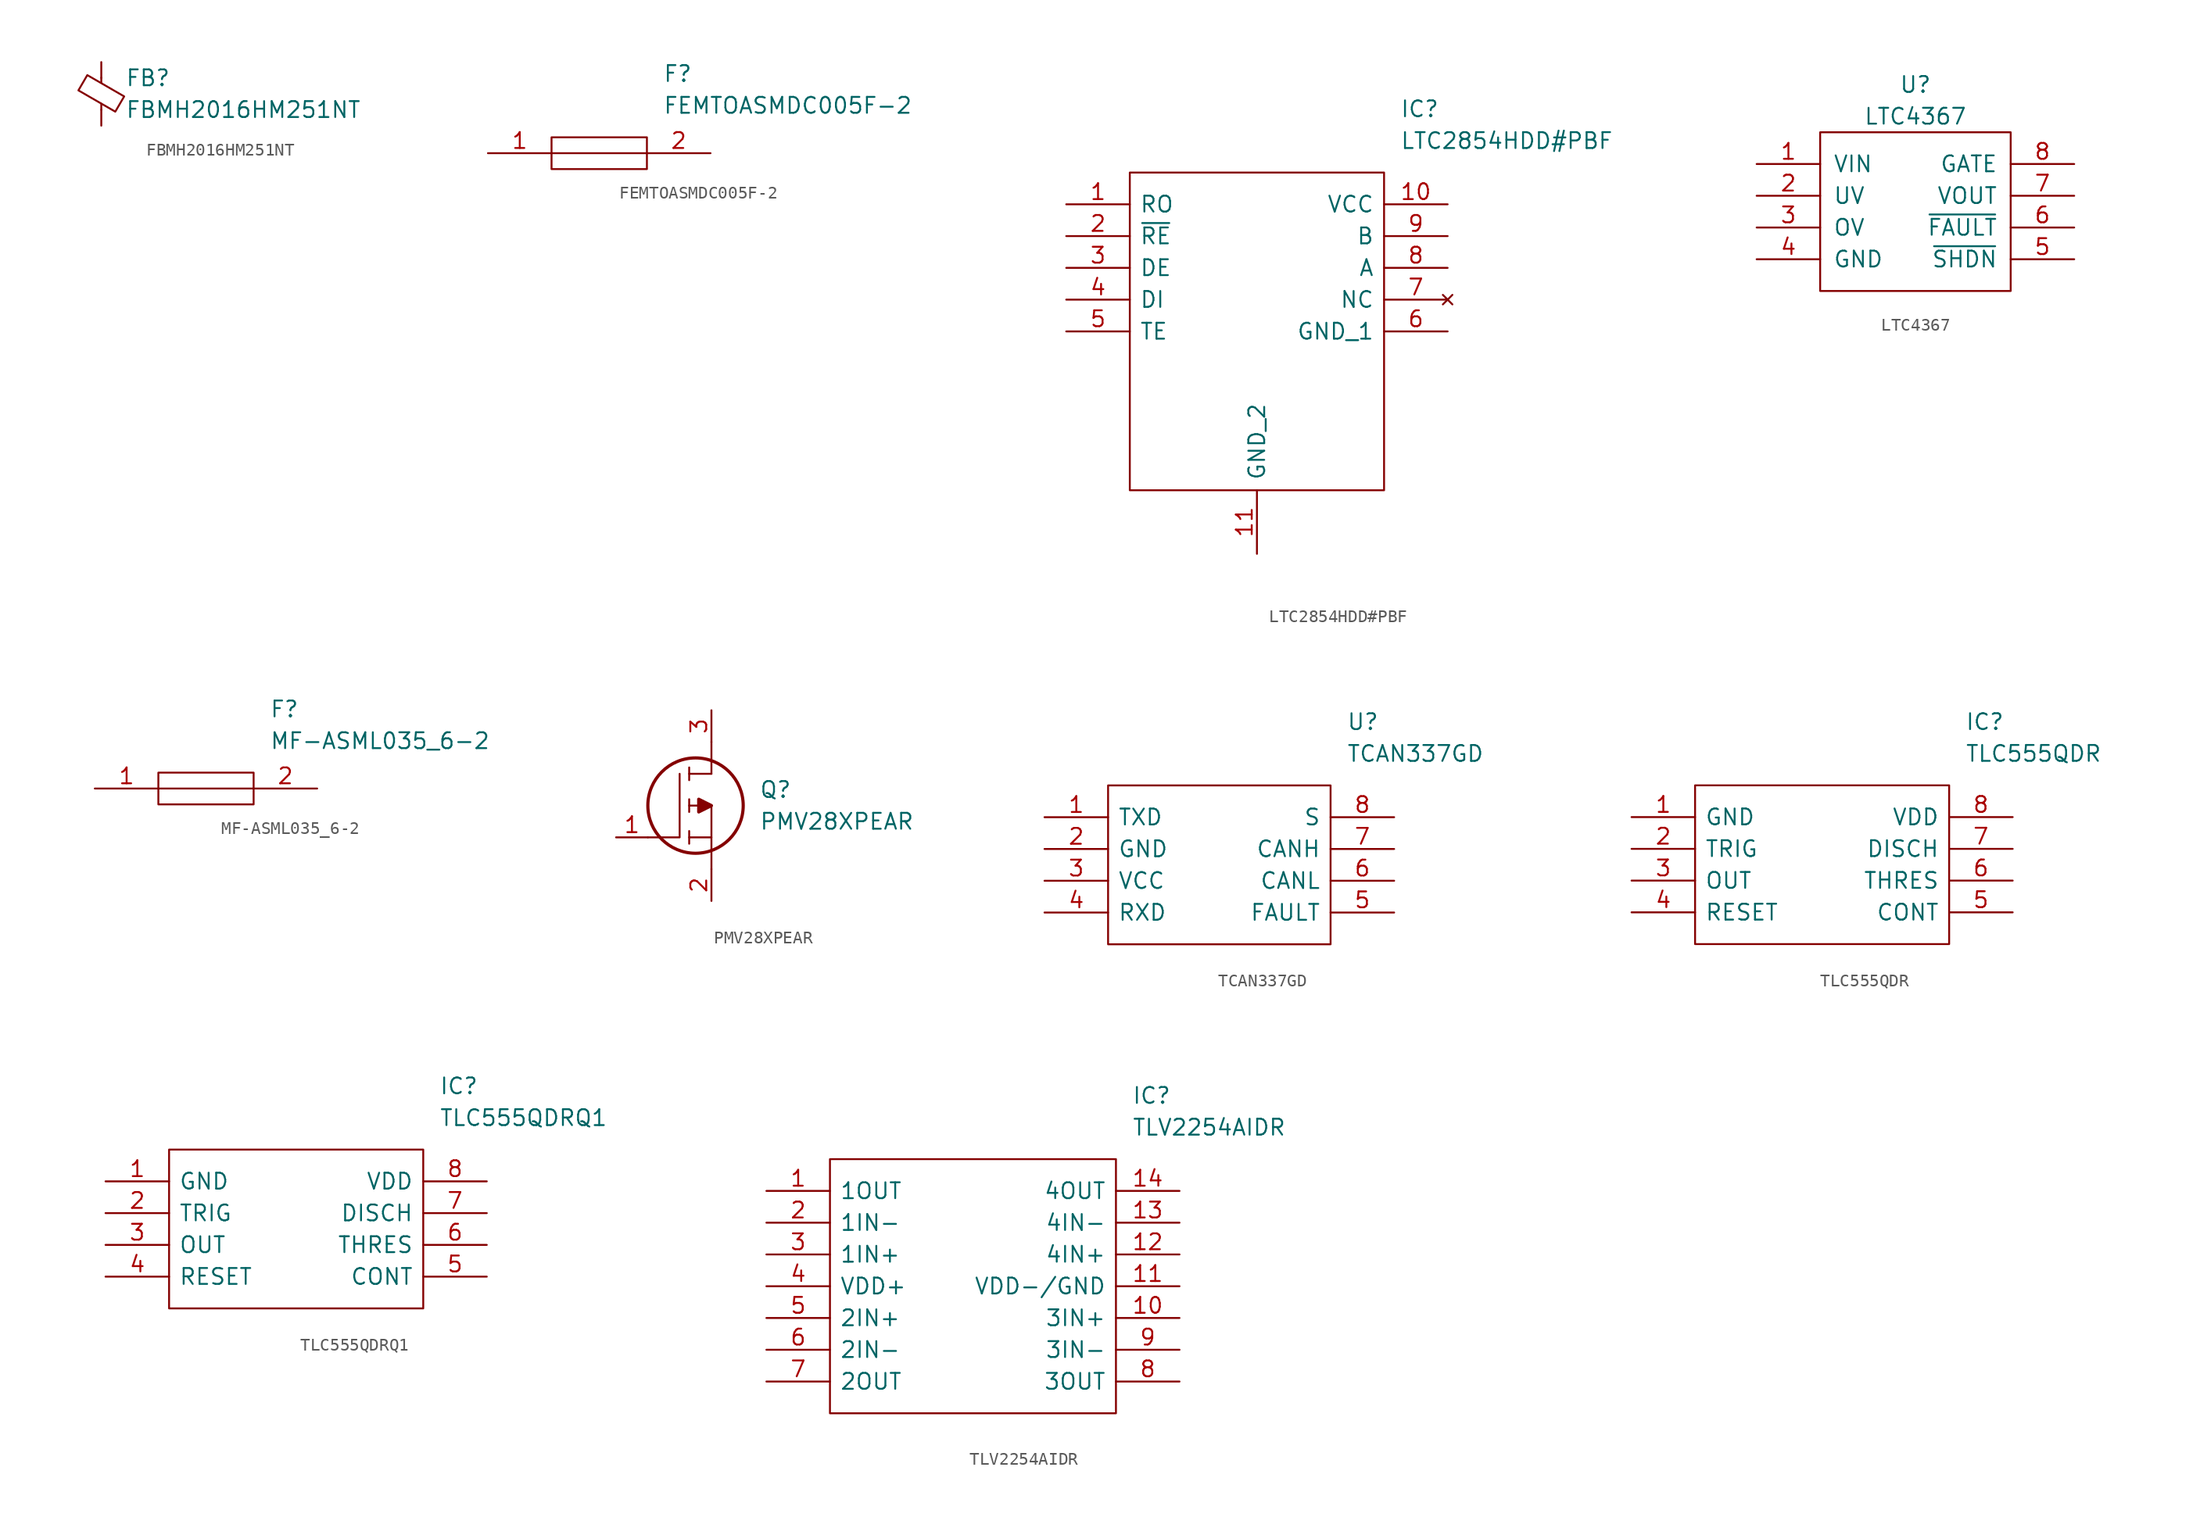
<source format=kicad_sym>
(kicad_symbol_lib
  (version 20211014)
  (generator kicad_symbol_editor)
  (symbol "FBMH2016HM251NT"
    (pin_numbers hide)
    (pin_names
      (offset 0))
    (property "Reference" "FB"
      (at 1.905 1.27 0)
      (effects (font (size 1.27 1.27)) (justify left)))
    (property "Value" "FBMH2016HM251NT"
      (at 1.905 -1.27 0)
      (effects (font (size 1.27 1.27)) (justify left)))
    (symbol "FBMH2016HM251NT_0_1"
      (polyline (pts (xy 0 -1.27) (xy 0 -0.787)) (stroke (width 0) (type default) (color 0 0 0 0)) (fill (type none)))
      (polyline (pts (xy 0 0.889) (xy 0 1.295)) (stroke (width 0) (type default) (color 0 0 0 0)) (fill (type none)))
      (polyline (pts (xy -1.829 0.279) (xy -1.118 1.499) (xy 1.829 -0.203) (xy 1.118 -1.422) (xy -1.829 0.279)) (stroke (width 0) (type default) (color 0 0 0 0)) (fill (type none))))
    (symbol "FBMH2016HM251NT_1_1"
      (pin passive line (at 0 2.54 270) (length 1.27) (name "~" (effects (font (size 1.27 1.27)))) (number "1" (effects (font (size 1.27 1.27)))))
      (pin passive line (at 0 -2.54 90) (length 1.27) (name "~" (effects (font (size 1.27 1.27)))) (number "2" (effects (font (size 1.27 1.27)))))))
  (symbol "FEMTOASMDC005F-2"
    (pin_names
      (offset 0.762))
    (property "Reference" "F"
      (at 13.97 6.35 0)
      (effects (font (size 1.27 1.27)) (justify left)))
    (property "Value" "FEMTOASMDC005F-2"
      (at 13.97 3.81 0)
      (effects (font (size 1.27 1.27)) (justify left)))
    (symbol "FEMTOASMDC005F-2_0_0"
      (pin passive line (at 0 0 0) (length 5.08) (name "~" (effects (font (size 1.27 1.27)))) (number "1" (effects (font (size 1.27 1.27)))))
      (pin passive line (at 17.78 0 180) (length 5.08) (name "~" (effects (font (size 1.27 1.27)))) (number "2" (effects (font (size 1.27 1.27))))))
    (symbol "FEMTOASMDC005F-2_0_1"
      (polyline (pts (xy 5.08 0) (xy 12.7 0)) (stroke (width 0.152) (type default) (color 0 0 0 0)) (fill (type none)))
      (polyline (pts (xy 5.08 1.27) (xy 12.7 1.27) (xy 12.7 -1.27) (xy 5.08 -1.27) (xy 5.08 1.27)) (stroke (width 0.152) (type default) (color 0 0 0 0)) (fill (type none)))))
  (symbol "LTC2854HDD#PBF"
    (pin_names
      (offset 0.762))
    (property "Reference" "IC"
      (at 26.67 7.62 0)
      (effects (font (size 1.27 1.27)) (justify left)))
    (property "Value" "LTC2854HDD#PBF"
      (at 26.67 5.08 0)
      (effects (font (size 1.27 1.27)) (justify left)))
    (symbol "LTC2854HDD#PBF_0_0"
      (pin passive line (at 0 0 0) (length 5.08) (name "RO" (effects (font (size 1.27 1.27)))) (number "1" (effects (font (size 1.27 1.27)))))
      (pin passive line (at 30.48 0 180) (length 5.08) (name "VCC" (effects (font (size 1.27 1.27)))) (number "10" (effects (font (size 1.27 1.27)))))
      (pin passive line (at 15.24 -27.94 90) (length 5.08) (name "GND_2" (effects (font (size 1.27 1.27)))) (number "11" (effects (font (size 1.27 1.27)))))
      (pin passive line (at 0 -2.54 0) (length 5.08) (name "~{RE}" (effects (font (size 1.27 1.27)))) (number "2" (effects (font (size 1.27 1.27)))))
      (pin passive line (at 0 -5.08 0) (length 5.08) (name "DE" (effects (font (size 1.27 1.27)))) (number "3" (effects (font (size 1.27 1.27)))))
      (pin passive line (at 0 -7.62 0) (length 5.08) (name "DI" (effects (font (size 1.27 1.27)))) (number "4" (effects (font (size 1.27 1.27)))))
      (pin passive line (at 0 -10.16 0) (length 5.08) (name "TE" (effects (font (size 1.27 1.27)))) (number "5" (effects (font (size 1.27 1.27)))))
      (pin passive line (at 30.48 -10.16 180) (length 5.08) (name "GND_1" (effects (font (size 1.27 1.27)))) (number "6" (effects (font (size 1.27 1.27)))))
      (pin no_connect line (at 30.48 -7.62 180) (length 5.08) (name "NC" (effects (font (size 1.27 1.27)))) (number "7" (effects (font (size 1.27 1.27)))))
      (pin passive line (at 30.48 -5.08 180) (length 5.08) (name "A" (effects (font (size 1.27 1.27)))) (number "8" (effects (font (size 1.27 1.27)))))
      (pin passive line (at 30.48 -2.54 180) (length 5.08) (name "B" (effects (font (size 1.27 1.27)))) (number "9" (effects (font (size 1.27 1.27))))))
    (symbol "LTC2854HDD#PBF_0_1"
      (polyline (pts (xy 5.08 2.54) (xy 25.4 2.54) (xy 25.4 -22.86) (xy 5.08 -22.86) (xy 5.08 2.54)) (stroke (width 0.152) (type default) (color 0 0 0 0)) (fill (type none)))))
  (symbol "LTC4367"
    (pin_names
      (offset 1.016))
    (property "Reference" "U"
      (at 12.7 6.35 0)
      (effects (font (size 1.27 1.27))))
    (property "Value" "LTC4367"
      (at 12.7 3.81 0)
      (effects (font (size 1.27 1.27))))
    (symbol "LTC4367_0_1"
      (rectangle (start 5.08 2.54) (end 20.32 -10.16) (stroke (width 0) (type default) (color 0 0 0 0)) (fill (type none))))
    (symbol "LTC4367_1_1"
      (pin power_in line (at 0 0 0) (length 5.08) (name "VIN" (effects (font (size 1.27 1.27)))) (number "1" (effects (font (size 1.27 1.27)))))
      (pin input line (at 0 -2.54 0) (length 5.08) (name "UV" (effects (font (size 1.27 1.27)))) (number "2" (effects (font (size 1.27 1.27)))))
      (pin input line (at 0 -5.08 0) (length 5.08) (name "OV" (effects (font (size 1.27 1.27)))) (number "3" (effects (font (size 1.27 1.27)))))
      (pin power_in line (at 0 -7.62 0) (length 5.08) (name "GND" (effects (font (size 1.27 1.27)))) (number "4" (effects (font (size 1.27 1.27)))))
      (pin input line (at 25.4 -7.62 180) (length 5.08) (name "~{SHDN}" (effects (font (size 1.27 1.27)))) (number "5" (effects (font (size 1.27 1.27)))))
      (pin output line (at 25.4 -5.08 180) (length 5.08) (name "~{FAULT}" (effects (font (size 1.27 1.27)))) (number "6" (effects (font (size 1.27 1.27)))))
      (pin input line (at 25.4 -2.54 180) (length 5.08) (name "VOUT" (effects (font (size 1.27 1.27)))) (number "7" (effects (font (size 1.27 1.27)))))
      (pin power_out line (at 25.4 0 180) (length 5.08) (name "GATE" (effects (font (size 1.27 1.27)))) (number "8" (effects (font (size 1.27 1.27)))))))
  (symbol "MF-ASML035_6-2"
    (pin_names
      (offset 0.762))
    (property "Reference" "F"
      (at 13.97 6.35 0)
      (effects (font (size 1.27 1.27)) (justify left)))
    (property "Value" "MF-ASML035_6-2"
      (at 13.97 3.81 0)
      (effects (font (size 1.27 1.27)) (justify left)))
    (symbol "MF-ASML035_6-2_0_0"
      (pin passive line (at 0 0 0) (length 5.08) (name "~" (effects (font (size 1.27 1.27)))) (number "1" (effects (font (size 1.27 1.27)))))
      (pin passive line (at 17.78 0 180) (length 5.08) (name "~" (effects (font (size 1.27 1.27)))) (number "2" (effects (font (size 1.27 1.27))))))
    (symbol "MF-ASML035_6-2_0_1"
      (polyline (pts (xy 5.08 0) (xy 12.7 0)) (stroke (width 0.152) (type default) (color 0 0 0 0)) (fill (type none)))
      (polyline (pts (xy 5.08 1.27) (xy 12.7 1.27) (xy 12.7 -1.27) (xy 5.08 -1.27) (xy 5.08 1.27)) (stroke (width 0.152) (type default) (color 0 0 0 0)) (fill (type none)))))
  (symbol "PMV28XPEAR"
    (pin_names
      (offset 0.762))
    (property "Reference" "Q"
      (at 11.43 3.81 0)
      (effects (font (size 1.27 1.27)) (justify left)))
    (property "Value" "PMV28XPEAR"
      (at 11.43 1.27 0)
      (effects (font (size 1.27 1.27)) (justify left)))
    (symbol "PMV28XPEAR_0_0"
      (pin passive line (at 0 0 0) (length 2.54) (name "~" (effects (font (size 1.27 1.27)))) (number "1" (effects (font (size 1.27 1.27)))))
      (pin passive line (at 7.62 -5.08 90) (length 2.54) (name "~" (effects (font (size 1.27 1.27)))) (number "2" (effects (font (size 1.27 1.27)))))
      (pin passive line (at 7.62 10.16 270) (length 2.54) (name "~" (effects (font (size 1.27 1.27)))) (number "3" (effects (font (size 1.27 1.27))))))
    (symbol "PMV28XPEAR_0_1"
      (polyline (pts (xy 5.842 -0.508) (xy 5.842 0.508)) (stroke (width 0.152) (type default) (color 0 0 0 0)) (fill (type none)))
      (polyline (pts (xy 5.842 0) (xy 7.62 0)) (stroke (width 0.152) (type default) (color 0 0 0 0)) (fill (type none)))
      (polyline (pts (xy 5.842 2.032) (xy 5.842 3.048)) (stroke (width 0.152) (type default) (color 0 0 0 0)) (fill (type none)))
      (polyline (pts (xy 5.842 5.588) (xy 5.842 4.572)) (stroke (width 0.152) (type default) (color 0 0 0 0)) (fill (type none)))
      (polyline (pts (xy 7.62 2.54) (xy 5.842 2.54)) (stroke (width 0.152) (type default) (color 0 0 0 0)) (fill (type none)))
      (polyline (pts (xy 7.62 2.54) (xy 7.62 -2.54)) (stroke (width 0.152) (type default) (color 0 0 0 0)) (fill (type none)))
      (polyline (pts (xy 7.62 5.08) (xy 5.842 5.08)) (stroke (width 0.152) (type default) (color 0 0 0 0)) (fill (type none)))
      (polyline (pts (xy 7.62 5.08) (xy 7.62 7.62)) (stroke (width 0.152) (type default) (color 0 0 0 0)) (fill (type none)))
      (polyline (pts (xy 2.54 0) (xy 5.08 0) (xy 5.08 5.08)) (stroke (width 0.152) (type default) (color 0 0 0 0)) (fill (type none)))
      (polyline (pts (xy 7.62 2.54) (xy 6.604 3.048) (xy 6.604 2.032) (xy 7.62 2.54)) (stroke (width 0.254) (type default) (color 0 0 0 0)) (fill (type outline)))
      (circle (center 6.35 2.54) (radius 3.81) (stroke (width 0.254) (type default) (color 0 0 0 0)) (fill (type none)))))
  (symbol "TCAN337GD"
    (pin_names
      (offset 0.762))
    (property "Reference" "U"
      (at 24.13 7.62 0)
      (effects (font (size 1.27 1.27)) (justify left)))
    (property "Value" "TCAN337GD"
      (at 24.13 5.08 0)
      (effects (font (size 1.27 1.27)) (justify left)))
    (symbol "TCAN337GD_0_0"
      (pin passive line (at 0 0 0) (length 5.08) (name "TXD" (effects (font (size 1.27 1.27)))) (number "1" (effects (font (size 1.27 1.27)))))
      (pin passive line (at 0 -2.54 0) (length 5.08) (name "GND" (effects (font (size 1.27 1.27)))) (number "2" (effects (font (size 1.27 1.27)))))
      (pin passive line (at 0 -5.08 0) (length 5.08) (name "VCC" (effects (font (size 1.27 1.27)))) (number "3" (effects (font (size 1.27 1.27)))))
      (pin passive line (at 0 -7.62 0) (length 5.08) (name "RXD" (effects (font (size 1.27 1.27)))) (number "4" (effects (font (size 1.27 1.27)))))
      (pin passive line (at 27.94 -7.62 180) (length 5.08) (name "FAULT" (effects (font (size 1.27 1.27)))) (number "5" (effects (font (size 1.27 1.27)))))
      (pin passive line (at 27.94 -5.08 180) (length 5.08) (name "CANL" (effects (font (size 1.27 1.27)))) (number "6" (effects (font (size 1.27 1.27)))))
      (pin passive line (at 27.94 -2.54 180) (length 5.08) (name "CANH" (effects (font (size 1.27 1.27)))) (number "7" (effects (font (size 1.27 1.27)))))
      (pin passive line (at 27.94 0 180) (length 5.08) (name "S" (effects (font (size 1.27 1.27)))) (number "8" (effects (font (size 1.27 1.27))))))
    (symbol "TCAN337GD_0_1"
      (polyline (pts (xy 5.08 2.54) (xy 22.86 2.54) (xy 22.86 -10.16) (xy 5.08 -10.16) (xy 5.08 2.54)) (stroke (width 0.152) (type default) (color 0 0 0 0)) (fill (type none)))))
  (symbol "TLC555QDR"
    (pin_names
      (offset 0.762))
    (property "Reference" "IC"
      (at 26.67 7.62 0)
      (effects (font (size 1.27 1.27)) (justify left)))
    (property "Value" "TLC555QDR"
      (at 26.67 5.08 0)
      (effects (font (size 1.27 1.27)) (justify left)))
    (symbol "TLC555QDR_0_0"
      (pin passive line (at 0 0 0) (length 5.08) (name "GND" (effects (font (size 1.27 1.27)))) (number "1" (effects (font (size 1.27 1.27)))))
      (pin passive line (at 0 -2.54 0) (length 5.08) (name "TRIG" (effects (font (size 1.27 1.27)))) (number "2" (effects (font (size 1.27 1.27)))))
      (pin passive line (at 0 -5.08 0) (length 5.08) (name "OUT" (effects (font (size 1.27 1.27)))) (number "3" (effects (font (size 1.27 1.27)))))
      (pin passive line (at 0 -7.62 0) (length 5.08) (name "RESET" (effects (font (size 1.27 1.27)))) (number "4" (effects (font (size 1.27 1.27)))))
      (pin passive line (at 30.48 -7.62 180) (length 5.08) (name "CONT" (effects (font (size 1.27 1.27)))) (number "5" (effects (font (size 1.27 1.27)))))
      (pin passive line (at 30.48 -5.08 180) (length 5.08) (name "THRES" (effects (font (size 1.27 1.27)))) (number "6" (effects (font (size 1.27 1.27)))))
      (pin passive line (at 30.48 -2.54 180) (length 5.08) (name "DISCH" (effects (font (size 1.27 1.27)))) (number "7" (effects (font (size 1.27 1.27)))))
      (pin passive line (at 30.48 0 180) (length 5.08) (name "VDD" (effects (font (size 1.27 1.27)))) (number "8" (effects (font (size 1.27 1.27))))))
    (symbol "TLC555QDR_0_1"
      (polyline (pts (xy 5.08 2.54) (xy 25.4 2.54) (xy 25.4 -10.16) (xy 5.08 -10.16) (xy 5.08 2.54)) (stroke (width 0.152) (type default) (color 0 0 0 0)) (fill (type none)))))
  (symbol "TLC555QDRQ1"
    (pin_names
      (offset 0.762))
    (property "Reference" "IC"
      (at 26.67 7.62 0)
      (effects (font (size 1.27 1.27)) (justify left)))
    (property "Value" "TLC555QDRQ1"
      (at 26.67 5.08 0)
      (effects (font (size 1.27 1.27)) (justify left)))
    (symbol "TLC555QDRQ1_0_0"
      (pin passive line (at 0 0 0) (length 5.08) (name "GND" (effects (font (size 1.27 1.27)))) (number "1" (effects (font (size 1.27 1.27)))))
      (pin passive line (at 0 -2.54 0) (length 5.08) (name "TRIG" (effects (font (size 1.27 1.27)))) (number "2" (effects (font (size 1.27 1.27)))))
      (pin passive line (at 0 -5.08 0) (length 5.08) (name "OUT" (effects (font (size 1.27 1.27)))) (number "3" (effects (font (size 1.27 1.27)))))
      (pin passive line (at 0 -7.62 0) (length 5.08) (name "RESET" (effects (font (size 1.27 1.27)))) (number "4" (effects (font (size 1.27 1.27)))))
      (pin passive line (at 30.48 -7.62 180) (length 5.08) (name "CONT" (effects (font (size 1.27 1.27)))) (number "5" (effects (font (size 1.27 1.27)))))
      (pin passive line (at 30.48 -5.08 180) (length 5.08) (name "THRES" (effects (font (size 1.27 1.27)))) (number "6" (effects (font (size 1.27 1.27)))))
      (pin passive line (at 30.48 -2.54 180) (length 5.08) (name "DISCH" (effects (font (size 1.27 1.27)))) (number "7" (effects (font (size 1.27 1.27)))))
      (pin passive line (at 30.48 0 180) (length 5.08) (name "VDD" (effects (font (size 1.27 1.27)))) (number "8" (effects (font (size 1.27 1.27))))))
    (symbol "TLC555QDRQ1_0_1"
      (polyline (pts (xy 5.08 2.54) (xy 25.4 2.54) (xy 25.4 -10.16) (xy 5.08 -10.16) (xy 5.08 2.54)) (stroke (width 0.152) (type default) (color 0 0 0 0)) (fill (type none)))))
  (symbol "TLV2254AIDR"
    (pin_names
      (offset 0.762))
    (property "Reference" "IC"
      (at 29.21 7.62 0)
      (effects (font (size 1.27 1.27)) (justify left)))
    (property "Value" "TLV2254AIDR"
      (at 29.21 5.08 0)
      (effects (font (size 1.27 1.27)) (justify left)))
    (symbol "TLV2254AIDR_0_0"
      (pin passive line (at 0 0 0) (length 5.08) (name "1OUT" (effects (font (size 1.27 1.27)))) (number "1" (effects (font (size 1.27 1.27)))))
      (pin passive line (at 33.02 -10.16 180) (length 5.08) (name "3IN+" (effects (font (size 1.27 1.27)))) (number "10" (effects (font (size 1.27 1.27)))))
      (pin passive line (at 33.02 -7.62 180) (length 5.08) (name "VDD-/GND" (effects (font (size 1.27 1.27)))) (number "11" (effects (font (size 1.27 1.27)))))
      (pin passive line (at 33.02 -5.08 180) (length 5.08) (name "4IN+" (effects (font (size 1.27 1.27)))) (number "12" (effects (font (size 1.27 1.27)))))
      (pin passive line (at 33.02 -2.54 180) (length 5.08) (name "4IN-" (effects (font (size 1.27 1.27)))) (number "13" (effects (font (size 1.27 1.27)))))
      (pin passive line (at 33.02 0 180) (length 5.08) (name "4OUT" (effects (font (size 1.27 1.27)))) (number "14" (effects (font (size 1.27 1.27)))))
      (pin passive line (at 0 -2.54 0) (length 5.08) (name "1IN-" (effects (font (size 1.27 1.27)))) (number "2" (effects (font (size 1.27 1.27)))))
      (pin passive line (at 0 -5.08 0) (length 5.08) (name "1IN+" (effects (font (size 1.27 1.27)))) (number "3" (effects (font (size 1.27 1.27)))))
      (pin passive line (at 0 -7.62 0) (length 5.08) (name "VDD+" (effects (font (size 1.27 1.27)))) (number "4" (effects (font (size 1.27 1.27)))))
      (pin passive line (at 0 -10.16 0) (length 5.08) (name "2IN+" (effects (font (size 1.27 1.27)))) (number "5" (effects (font (size 1.27 1.27)))))
      (pin passive line (at 0 -12.7 0) (length 5.08) (name "2IN-" (effects (font (size 1.27 1.27)))) (number "6" (effects (font (size 1.27 1.27)))))
      (pin passive line (at 0 -15.24 0) (length 5.08) (name "2OUT" (effects (font (size 1.27 1.27)))) (number "7" (effects (font (size 1.27 1.27)))))
      (pin passive line (at 33.02 -15.24 180) (length 5.08) (name "3OUT" (effects (font (size 1.27 1.27)))) (number "8" (effects (font (size 1.27 1.27)))))
      (pin passive line (at 33.02 -12.7 180) (length 5.08) (name "3IN-" (effects (font (size 1.27 1.27)))) (number "9" (effects (font (size 1.27 1.27))))))
    (symbol "TLV2254AIDR_0_1"
      (polyline (pts (xy 5.08 2.54) (xy 27.94 2.54) (xy 27.94 -17.78) (xy 5.08 -17.78) (xy 5.08 2.54)) (stroke (width 0.152) (type default) (color 0 0 0 0)) (fill (type none))))))
</source>
